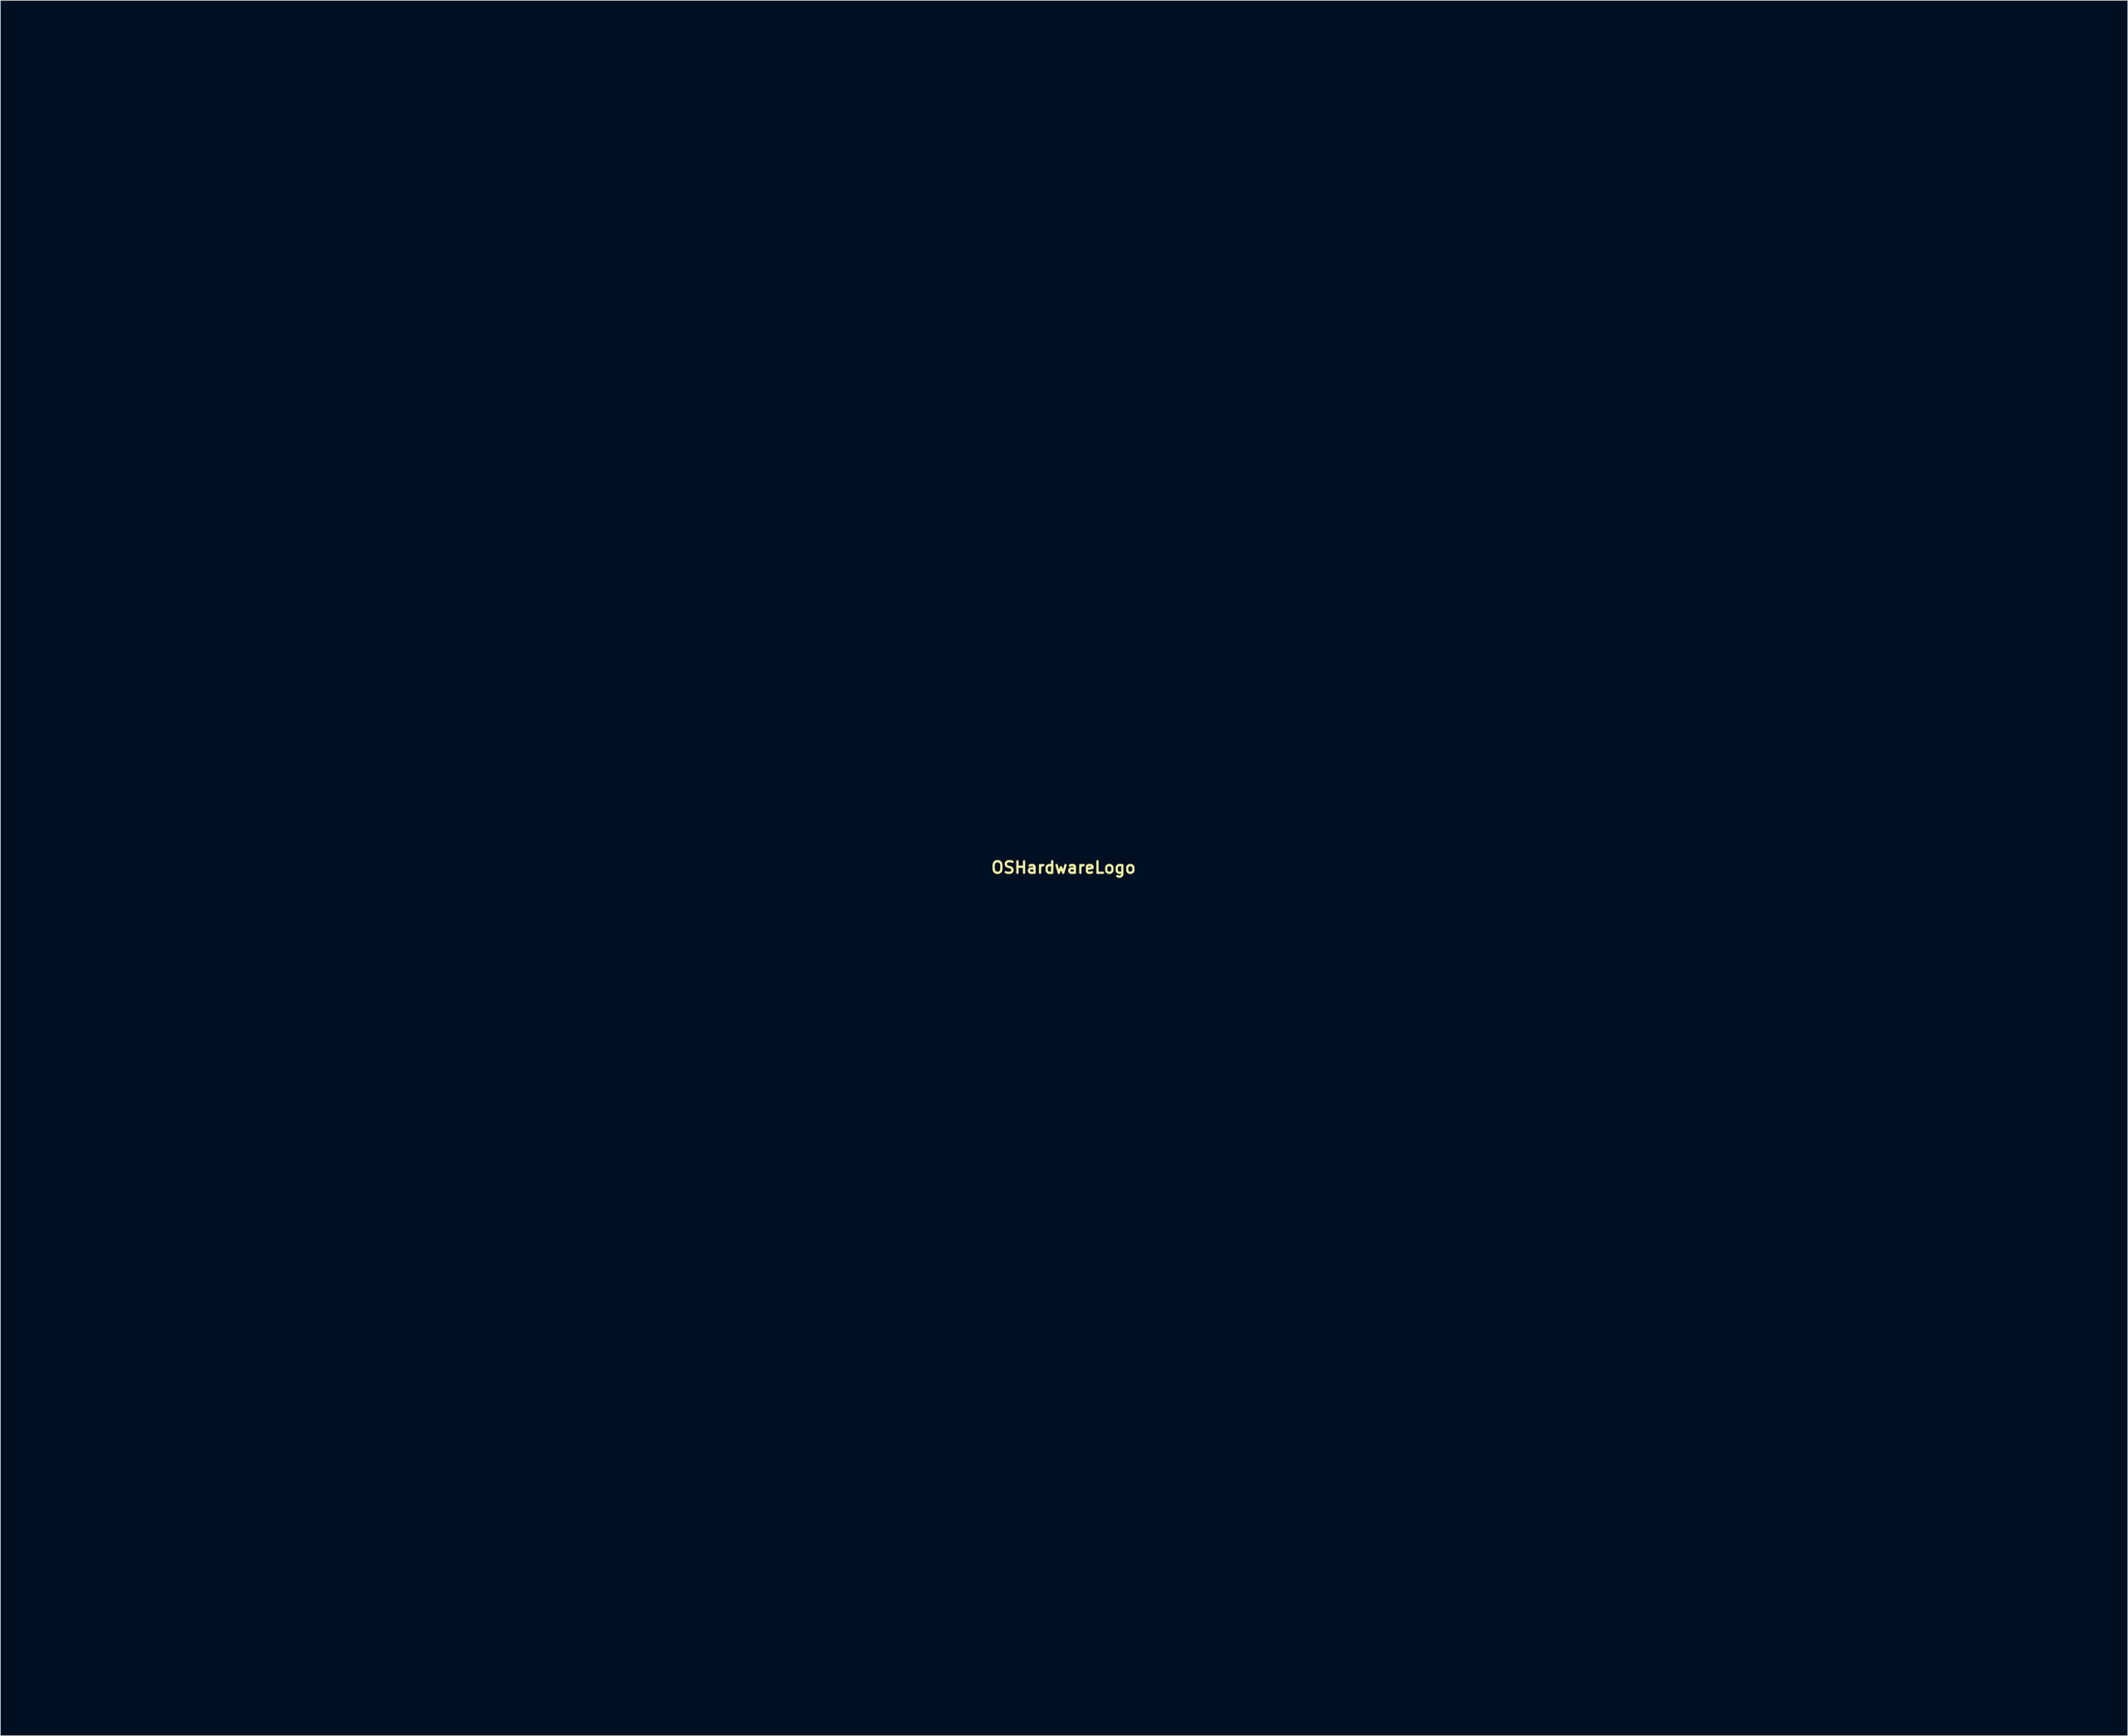
<source format=kicad_pcb>
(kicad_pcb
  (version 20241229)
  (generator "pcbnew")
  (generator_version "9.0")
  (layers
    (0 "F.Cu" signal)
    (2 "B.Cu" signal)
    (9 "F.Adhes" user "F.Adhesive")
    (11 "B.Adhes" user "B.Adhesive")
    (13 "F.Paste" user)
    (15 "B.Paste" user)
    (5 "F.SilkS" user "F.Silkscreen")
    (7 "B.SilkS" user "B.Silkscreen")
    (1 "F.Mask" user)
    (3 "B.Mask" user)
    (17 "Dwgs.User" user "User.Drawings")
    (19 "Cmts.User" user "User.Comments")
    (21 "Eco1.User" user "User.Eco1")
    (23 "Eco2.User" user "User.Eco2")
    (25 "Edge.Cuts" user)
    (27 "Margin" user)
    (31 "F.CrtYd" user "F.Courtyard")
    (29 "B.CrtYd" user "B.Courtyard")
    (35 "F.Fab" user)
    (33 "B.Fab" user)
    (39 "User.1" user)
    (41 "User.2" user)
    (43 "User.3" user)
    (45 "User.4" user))
  (footprint "OSHardwareLogo"
    (layer "F.Cu")
    (at 136.764 111.041)
    (property "Reference" "OSHardwareLogo" (at 0 0 0) (layer "F.SilkS") (effects (font (size 1.524 1.524) (thickness 0.3))))
    (attr through_hole)
    (fp_poly (pts (xy 20.644 76.776) (xy 22.062 76.865) (xy 23.118 77.031) (xy 23.983 77.305) (xy 24.382 77.487) (xy 26.075 78.59) (xy 27.494 80.051) (xy 28.563 81.763) (xy 29.207 83.621) (xy 29.339 84.479) (xy 29.395 85.264) (xy 29.339 85.808) (xy 29.087 86.211) (xy 28.555 86.576) (xy 27.661 87.003) (xy 27.024 87.283) (xy 25.912 87.716) (xy 25.169 87.828) (xy 24.707 87.58) (xy 24.44 86.934) (xy 24.306 86.064) (xy 23.957 84.398) (xy 23.316 83.167) (xy 22.362 82.349) (xy 21.077 81.92) (xy 20.911 81.895) (xy 19.823 81.928) (xy 18.768 82.323) (xy 18.093 82.716) (xy 17.595 83.164) (xy 17.247 83.752) (xy 17.021 84.565) (xy 16.89 85.688) (xy 16.826 87.206) (xy 16.809 88.419) (xy 16.783 90.254) (xy 16.737 92.369) (xy 16.678 94.508) (xy 16.612 96.415) (xy 16.608 96.504) (xy 16.443 100.632) (xy 14.973 101.35) (xy 13.835 101.882) (xy 13.051 102.18) (xy 12.51 102.269) (xy 12.099 102.18) (xy 11.965 102.111) (xy 11.839 102.005) (xy 11.737 101.81) (xy 11.658 101.474) (xy 11.599 100.942) (xy 11.556 100.161) (xy 11.527 99.076) (xy 11.509 97.634) (xy 11.5 95.78) (xy 11.497 93.461) (xy 11.497 92.697) (xy 11.497 83.553) (xy 12.267 81.948) (xy 13.43 80.093) (xy 14.959 78.531) (xy 16.743 77.376) (xy 17.483 77.042) (xy 18.14 76.845) (xy 18.887 76.757) (xy 19.896 76.752) (xy 20.644 76.776)) (stroke (width 0.01) (type solid)) (fill no) (layer "Eco2.User"))
    (fp_poly (pts (xy 107.746 76.884) (xy 108.695 76.945) (xy 109.413 77.078) (xy 110.05 77.307) (xy 110.524 77.534) (xy 112.007 78.537) (xy 113.301 79.879) (xy 114.324 81.437) (xy 114.995 83.088) (xy 115.233 84.683) (xy 115.2 85.456) (xy 115.038 86.012) (xy 114.658 86.445) (xy 113.971 86.846) (xy 112.887 87.306) (xy 112.568 87.432) (xy 111.103 88.005) (xy 110.629 87.42) (xy 110.283 86.68) (xy 110.155 85.729) (xy 109.928 84.411) (xy 109.316 83.308) (xy 108.413 82.478) (xy 107.317 81.976) (xy 106.124 81.859) (xy 104.93 82.183) (xy 104.514 82.422) (xy 104.011 82.778) (xy 103.609 83.143) (xy 103.297 83.58) (xy 103.062 84.149) (xy 102.895 84.912) (xy 102.783 85.93) (xy 102.715 87.265) (xy 102.68 88.979) (xy 102.668 91.132) (xy 102.666 92.509) (xy 102.658 94.486) (xy 102.637 96.294) (xy 102.605 97.864) (xy 102.564 99.124) (xy 102.517 100.004) (xy 102.464 100.432) (xy 102.455 100.455) (xy 102.114 100.722) (xy 101.429 101.108) (xy 100.555 101.542) (xy 99.644 101.95) (xy 98.852 102.26) (xy 98.334 102.4) (xy 98.297 102.402) (xy 97.817 102.213) (xy 97.606 102.021) (xy 97.515 101.753) (xy 97.445 101.17) (xy 97.395 100.235) (xy 97.364 98.911) (xy 97.351 97.159) (xy 97.355 94.943) (xy 97.373 92.596) (xy 97.456 83.553) (xy 98.167 82.035) (xy 99.208 80.291) (xy 100.542 78.793) (xy 102.045 77.674) (xy 102.317 77.526) (xy 102.982 77.22) (xy 103.628 77.026) (xy 104.407 76.919) (xy 105.468 76.875) (xy 106.413 76.868) (xy 107.746 76.884)) (stroke (width 0.01) (type solid)) (fill no) (layer "Eco2.User"))
    (fp_poly (pts (xy -125.322 75.372) (xy -123.28 76.035) (xy -121.786 76.876) (xy -120.222 78.177) (xy -119.017 79.746) (xy -118.32 81.089) (xy -118.08 81.688) (xy -117.903 82.316) (xy -117.773 83.077) (xy -117.677 84.074) (xy -117.601 85.414) (xy -117.542 86.895) (xy -117.477 89.571) (xy -117.504 91.792) (xy -117.638 93.632) (xy -117.894 95.164) (xy -118.287 96.462) (xy -118.832 97.6) (xy -119.544 98.653) (xy -120.075 99.294) (xy -121.651 100.688) (xy -123.541 101.67) (xy -125.69 102.215) (xy -126.825 102.315) (xy -128.315 102.305) (xy -129.567 102.168) (xy -130.122 102.033) (xy -131.856 101.223) (xy -133.512 100.006) (xy -134.953 98.504) (xy -136.042 96.84) (xy -136.165 96.589) (xy -136.351 96.16) (xy -136.494 95.728) (xy -136.599 95.216) (xy -136.672 94.548) (xy -136.718 93.648) (xy -136.744 92.439) (xy -136.755 90.844) (xy -136.756 90.127) (xy -130.172 90.127) (xy -130.152 91.693) (xy -130.099 92.909) (xy -130.017 93.701) (xy -129.964 93.921) (xy -129.443 94.664) (xy -128.597 95.291) (xy -127.634 95.666) (xy -127.187 95.717) (xy -126.38 95.59) (xy -125.707 95.34) (xy -125.242 95.058) (xy -124.889 94.711) (xy -124.632 94.223) (xy -124.455 93.521) (xy -124.342 92.532) (xy -124.277 91.182) (xy -124.243 89.396) (xy -124.236 88.652) (xy -124.193 83.644) (xy -125.06 82.869) (xy -126.209 82.091) (xy -127.333 81.845) (xy -128.448 82.132) (xy -129.327 82.729) (xy -130.075 83.372) (xy -130.157 88.282) (xy -130.172 90.127) (xy -136.756 90.127) (xy -136.758 88.895) (xy -136.759 82.473) (xy -135.89 80.707) (xy -134.682 78.805) (xy -133.159 77.282) (xy -131.39 76.158) (xy -129.447 75.452) (xy -127.401 75.184) (xy -125.322 75.372)) (stroke (width 0.01) (type solid)) (fill no) (layer "Eco2.User"))
    (fp_poly (pts (xy -102.323 75.475) (xy -100.751 75.985) (xy -98.784 77.184) (xy -97.125 78.804) (xy -95.956 80.544) (xy -95.049 82.216) (xy -95.049 95.317) (xy -95.786 96.817) (xy -96.643 98.169) (xy -97.832 99.523) (xy -99.188 100.718) (xy -100.549 101.594) (xy -100.731 101.682) (xy -101.422 101.959) (xy -102.144 102.134) (xy -103.045 102.228) (xy -104.274 102.262) (xy -104.868 102.263) (xy -107.734 102.258) (xy -107.809 105.586) (xy -107.883 108.914) (xy -110.423 110.055) (xy -111.751 110.636) (xy -112.688 110.998) (xy -113.324 111.16) (xy -113.746 111.141) (xy -114.043 110.961) (xy -114.145 110.85) (xy -114.219 110.608) (xy -114.279 110.057) (xy -114.327 109.168) (xy -114.362 107.909) (xy -114.385 106.252) (xy -114.397 104.167) (xy -114.398 101.624) (xy -114.388 98.594) (xy -114.378 96.613) (xy -114.335 88.893) (xy -107.482 88.893) (xy -107.482 94.058) (xy -106.537 94.888) (xy -105.43 95.586) (xy -104.323 95.753) (xy -103.244 95.391) (xy -102.509 94.809) (xy -101.6 93.9) (xy -101.601 88.994) (xy -101.607 87.219) (xy -101.629 85.894) (xy -101.674 84.935) (xy -101.75 84.256) (xy -101.865 83.773) (xy -102.025 83.401) (xy -102.104 83.264) (xy -102.908 82.402) (xy -103.932 81.949) (xy -105.042 81.914) (xy -106.1 82.309) (xy -106.798 82.914) (xy -107.033 83.207) (xy -107.208 83.498) (xy -107.33 83.869) (xy -107.409 84.401) (xy -107.454 85.176) (xy -107.476 86.275) (xy -107.482 87.779) (xy -107.482 88.893) (xy -114.335 88.893) (xy -114.3 82.751) (xy -113.526 81.073) (xy -112.608 79.544) (xy -111.358 78.094) (xy -109.915 76.857) (xy -108.42 75.969) (xy -108.007 75.799) (xy -106.191 75.355) (xy -104.232 75.248) (xy -102.323 75.475)) (stroke (width 0.01) (type solid)) (fill no) (layer "Eco2.User"))
    (fp_poly (pts (xy -57.456 75.387) (xy -55.466 76.112) (xy -53.644 77.238) (xy -52.079 78.701) (xy -50.86 80.434) (xy -50.134 82.157) (xy -50.02 82.799) (xy -49.923 83.849) (xy -49.842 85.232) (xy -49.779 86.87) (xy -49.733 88.687) (xy -49.706 90.604) (xy -49.696 92.546) (xy -49.704 94.436) (xy -49.732 96.196) (xy -49.778 97.751) (xy -49.843 99.022) (xy -49.929 99.932) (xy -50.033 100.406) (xy -50.065 100.449) (xy -50.63 100.786) (xy -51.496 101.207) (xy -52.525 101.654) (xy -53.576 102.072) (xy -54.511 102.405) (xy -55.191 102.596) (xy -55.425 102.618) (xy -55.955 102.299) (xy -56.177 101.867) (xy -56.222 101.444) (xy -56.265 100.556) (xy -56.304 99.27) (xy -56.338 97.657) (xy -56.364 95.785) (xy -56.382 93.723) (xy -56.388 92.422) (xy -56.415 83.645) (xy -57.183 82.877) (xy -58.251 82.095) (xy -59.356 81.846) (xy -60.491 82.13) (xy -61.564 82.868) (xy -62.431 83.642) (xy -62.508 91.929) (xy -62.538 94.459) (xy -62.577 96.492) (xy -62.626 98.064) (xy -62.687 99.212) (xy -62.763 99.973) (xy -62.854 100.385) (xy -62.909 100.474) (xy -63.332 100.722) (xy -64.09 101.09) (xy -65.045 101.521) (xy -66.056 101.954) (xy -66.986 102.329) (xy -67.695 102.587) (xy -68.025 102.669) (xy -68.499 102.482) (xy -68.661 102.332) (xy -68.787 101.917) (xy -68.897 101.043) (xy -68.991 99.784) (xy -69.065 98.215) (xy -69.118 96.41) (xy -69.149 94.446) (xy -69.156 92.396) (xy -69.136 90.335) (xy -69.087 88.338) (xy -69.042 87.162) (xy -68.956 85.342) (xy -68.876 83.965) (xy -68.789 82.944) (xy -68.682 82.187) (xy -68.543 81.604) (xy -68.359 81.105) (xy -68.117 80.601) (xy -68.114 80.596) (xy -66.935 78.826) (xy -65.401 77.331) (xy -63.611 76.175) (xy -61.664 75.421) (xy -59.66 75.132) (xy -59.526 75.131) (xy -57.456 75.387)) (stroke (width 0.01) (type solid)) (fill no) (layer "Eco2.User"))
    (fp_poly (pts (xy 57.379 76.887) (xy 57.589 77.158) (xy 57.627 77.516) (xy 57.662 78.346) (xy 57.693 79.581) (xy 57.718 81.158) (xy 57.737 83.013) (xy 57.748 85.081) (xy 57.752 86.917) (xy 57.753 89.4) (xy 57.758 91.405) (xy 57.771 92.985) (xy 57.794 94.196) (xy 57.83 95.094) (xy 57.882 95.734) (xy 57.954 96.17) (xy 58.048 96.459) (xy 58.167 96.656) (xy 58.286 96.787) (xy 58.932 97.247) (xy 59.559 97.221) (xy 60.156 96.843) (xy 60.316 96.701) (xy 60.445 96.525) (xy 60.548 96.259) (xy 60.629 95.846) (xy 60.692 95.231) (xy 60.742 94.357) (xy 60.784 93.17) (xy 60.82 91.612) (xy 60.857 89.628) (xy 60.895 87.316) (xy 61.041 78.268) (xy 62.766 77.486) (xy 63.738 77.102) (xy 64.615 76.85) (xy 65.199 76.786) (xy 65.906 76.868) (xy 66.04 86.716) (xy 66.076 89.275) (xy 66.11 91.352) (xy 66.144 92.999) (xy 66.183 94.27) (xy 66.23 95.218) (xy 66.288 95.894) (xy 66.36 96.353) (xy 66.451 96.646) (xy 66.562 96.826) (xy 66.693 96.943) (xy 67.344 97.28) (xy 67.935 97.188) (xy 68.445 96.843) (xy 68.604 96.701) (xy 68.733 96.525) (xy 68.836 96.258) (xy 68.917 95.845) (xy 68.981 95.23) (xy 69.031 94.356) (xy 69.072 93.168) (xy 69.109 91.61) (xy 69.145 89.626) (xy 69.183 87.322) (xy 69.33 78.28) (xy 71.08 77.495) (xy 72.053 77.111) (xy 72.926 76.857) (xy 73.51 76.789) (xy 73.513 76.789) (xy 74.195 76.868) (xy 74.268 86.895) (xy 74.287 89.675) (xy 74.293 91.976) (xy 74.277 93.853) (xy 74.233 95.363) (xy 74.152 96.559) (xy 74.026 97.499) (xy 73.848 98.238) (xy 73.608 98.83) (xy 73.3 99.333) (xy 72.915 99.8) (xy 72.445 100.289) (xy 72.326 100.408) (xy 70.884 101.49) (xy 69.213 102.146) (xy 67.431 102.359) (xy 65.653 102.11) (xy 64.422 101.624) (xy 63.375 101.078) (xy 62.417 101.643) (xy 61.435 102.022) (xy 60.147 102.252) (xy 58.763 102.318) (xy 57.495 102.203) (xy 56.952 102.066) (xy 56.033 101.582) (xy 55.032 100.782) (xy 54.092 99.812) (xy 53.351 98.814) (xy 52.966 97.991) (xy 52.88 97.387) (xy 52.807 96.279) (xy 52.749 94.698) (xy 52.707 92.675) (xy 52.681 90.24) (xy 52.673 87.613) (xy 52.672 78.305) (xy 54.404 77.52) (xy 55.782 76.972) (xy 56.767 76.762) (xy 57.379 76.887)) (stroke (width 0.01) (type solid)) (fill no) (layer "Eco2.User"))
    (fp_poly (pts (xy -81.361 75.203) (xy -79.397 75.598) (xy -77.487 76.423) (xy -75.749 77.597) (xy -74.299 79.043) (xy -73.255 80.68) (xy -72.825 81.829) (xy -72.496 83.162) (xy -72.281 84.545) (xy -72.195 85.847) (xy -72.252 86.933) (xy -72.464 87.672) (xy -72.524 87.762) (xy -72.863 88) (xy -73.613 88.408) (xy -74.695 88.947) (xy -76.027 89.577) (xy -77.528 90.258) (xy -77.777 90.368) (xy -79.914 91.312) (xy -81.603 92.07) (xy -82.884 92.671) (xy -83.799 93.147) (xy -84.388 93.529) (xy -84.691 93.846) (xy -84.749 94.13) (xy -84.602 94.412) (xy -84.292 94.721) (xy -83.933 95.026) (xy -82.913 95.581) (xy -81.801 95.705) (xy -80.728 95.438) (xy -79.827 94.815) (xy -79.228 93.875) (xy -79.159 93.66) (xy -78.971 92.826) (xy -78.877 92.107) (xy -78.875 92.026) (xy -78.802 91.71) (xy -78.531 91.402) (xy -77.978 91.042) (xy -77.062 90.574) (xy -76.315 90.221) (xy -74.973 89.618) (xy -74.016 89.244) (xy -73.355 89.08) (xy -72.901 89.106) (xy -72.566 89.302) (xy -72.51 89.355) (xy -72.271 89.907) (xy -72.179 90.844) (xy -72.218 92.041) (xy -72.375 93.373) (xy -72.632 94.715) (xy -72.976 95.944) (xy -73.39 96.933) (xy -73.456 97.051) (xy -74.581 98.646) (xy -75.947 100.07) (xy -77.406 101.178) (xy -78.009 101.513) (xy -79.425 102.006) (xy -81.108 102.292) (xy -82.841 102.353) (xy -84.41 102.173) (xy -84.936 102.033) (xy -86.876 101.129) (xy -88.592 99.798) (xy -89.996 98.13) (xy -90.998 96.215) (xy -91.162 95.752) (xy -91.364 95.091) (xy -91.513 94.482) (xy -91.615 93.832) (xy -91.677 93.05) (xy -91.703 92.045) (xy -91.702 90.725) (xy -91.677 88.999) (xy -91.662 88.176) (xy -91.624 86.276) (xy -91.603 85.512) (xy -85.023 85.512) (xy -84.944 85.989) (xy -84.823 86.095) (xy -84.509 85.995) (xy -83.816 85.724) (xy -82.856 85.325) (xy -82.008 84.962) (xy -80.685 84.352) (xy -79.852 83.882) (xy -79.488 83.539) (xy -79.47 83.432) (xy -79.768 82.978) (xy -80.388 82.479) (xy -81.142 82.056) (xy -81.843 81.828) (xy -82.001 81.815) (xy -83.048 82.049) (xy -84.011 82.656) (xy -84.618 83.41) (xy -84.847 84.049) (xy -84.986 84.808) (xy -85.023 85.512) (xy -91.603 85.512) (xy -91.583 84.825) (xy -91.53 83.737) (xy -91.456 82.927) (xy -91.351 82.309) (xy -91.205 81.798) (xy -91.009 81.307) (xy -90.87 81) (xy -89.703 79.061) (xy -88.193 77.467) (xy -86.409 76.26) (xy -84.422 75.482) (xy -82.302 75.178) (xy -81.361 75.203)) (stroke (width 0.01) (type solid)) (fill no) (layer "Eco2.User"))
    (fp_poly (pts (xy 86.807 76.792) (xy 87.524 76.932) (xy 88.251 77.199) (xy 88.625 77.365) (xy 90.004 78.189) (xy 91.318 79.315) (xy 92.422 80.598) (xy 93.172 81.889) (xy 93.22 82.007) (xy 93.357 82.407) (xy 93.466 82.859) (xy 93.551 83.425) (xy 93.614 84.168) (xy 93.658 85.151) (xy 93.687 86.435) (xy 93.704 88.084) (xy 93.711 90.159) (xy 93.713 91.975) (xy 93.713 100.664) (xy 92.117 101.424) (xy 90.822 101.974) (xy 89.896 102.203) (xy 89.282 102.115) (xy 88.93 101.72) (xy 88.686 101.172) (xy 87.619 101.7) (xy 86.719 101.998) (xy 85.502 102.213) (xy 84.166 102.33) (xy 82.912 102.332) (xy 81.938 102.204) (xy 81.815 102.168) (xy 79.871 101.307) (xy 78.279 100.151) (xy 77.069 98.759) (xy 76.271 97.189) (xy 75.924 95.552) (xy 81.337 95.552) (xy 81.794 96.332) (xy 81.984 96.501) (xy 82.753 96.852) (xy 83.812 97.033) (xy 84.942 97.027) (xy 85.923 96.816) (xy 85.959 96.802) (xy 86.573 96.709) (xy 87.105 97.006) (xy 87.612 97.745) (xy 87.996 98.583) (xy 88.633 100.129) (xy 88.706 95.613) (xy 88.723 94.115) (xy 88.724 92.812) (xy 88.71 91.793) (xy 88.682 91.151) (xy 88.652 90.969) (xy 88.353 91.001) (xy 87.683 91.222) (xy 86.753 91.582) (xy 85.671 92.034) (xy 84.547 92.531) (xy 83.492 93.025) (xy 82.613 93.467) (xy 82.022 93.811) (xy 81.882 93.919) (xy 81.364 94.703) (xy 81.337 95.552) (xy 75.924 95.552) (xy 75.914 95.502) (xy 76.027 93.756) (xy 76.641 92.009) (xy 76.678 91.938) (xy 77.12 91.195) (xy 77.656 90.54) (xy 78.355 89.93) (xy 79.284 89.32) (xy 80.511 88.667) (xy 82.104 87.925) (xy 84.131 87.05) (xy 84.207 87.018) (xy 85.954 86.262) (xy 87.225 85.667) (xy 88.047 85.218) (xy 88.447 84.9) (xy 88.498 84.782) (xy 88.281 84.026) (xy 87.728 83.21) (xy 86.979 82.516) (xy 86.552 82.261) (xy 85.328 81.867) (xy 84.175 81.94) (xy 83.208 82.324) (xy 82.147 83.14) (xy 81.447 84.327) (xy 81.168 85.359) (xy 80.983 86.009) (xy 80.629 86.516) (xy 80.011 86.96) (xy 79.03 87.42) (xy 78.276 87.718) (xy 77.257 88.056) (xy 76.572 88.114) (xy 76.165 87.836) (xy 75.981 87.166) (xy 75.962 86.048) (xy 75.99 85.433) (xy 76.292 83.362) (xy 76.988 81.563) (xy 78.133 79.912) (xy 78.829 79.165) (xy 79.956 78.153) (xy 81.038 77.472) (xy 82.234 77.056) (xy 83.708 76.839) (xy 84.676 76.782) (xy 85.918 76.75) (xy 86.807 76.792)) (stroke (width 0.01) (type solid)) (fill no) (layer "Eco2.User"))
    (fp_poly (pts (xy 129.158 76.886) (xy 130.131 76.953) (xy 130.87 77.093) (xy 131.525 77.328) (xy 131.865 77.487) (xy 133.392 78.483) (xy 134.786 79.846) (xy 135.88 81.408) (xy 136.013 81.658) (xy 136.374 82.616) (xy 136.654 83.82) (xy 136.837 85.113) (xy 136.903 86.337) (xy 136.838 87.333) (xy 136.684 87.85) (xy 136.343 88.13) (xy 135.546 88.589) (xy 134.332 89.207) (xy 132.74 89.965) (xy 130.81 90.842) (xy 130.367 91.039) (xy 128.368 91.928) (xy 126.818 92.64) (xy 125.677 93.212) (xy 124.905 93.683) (xy 124.461 94.09) (xy 124.305 94.471) (xy 124.397 94.864) (xy 124.697 95.307) (xy 125.165 95.838) (xy 125.212 95.89) (xy 125.89 96.523) (xy 126.582 96.847) (xy 127.44 96.985) (xy 128.909 96.904) (xy 130.107 96.369) (xy 131.007 95.403) (xy 131.581 94.029) (xy 131.691 93.505) (xy 131.823 92.931) (xy 132.059 92.531) (xy 132.523 92.189) (xy 133.334 91.787) (xy 133.573 91.678) (xy 134.91 91.133) (xy 135.86 90.926) (xy 136.471 91.093) (xy 136.793 91.67) (xy 136.875 92.692) (xy 136.783 94.032) (xy 136.354 95.941) (xy 135.512 97.786) (xy 134.339 99.445) (xy 132.917 100.8) (xy 131.603 101.608) (xy 130.115 102.09) (xy 128.382 102.319) (xy 126.628 102.282) (xy 125.08 101.97) (xy 124.969 101.931) (xy 123.108 100.995) (xy 121.485 99.65) (xy 120.196 97.993) (xy 119.377 96.242) (xy 119.23 95.714) (xy 119.123 95.086) (xy 119.052 94.278) (xy 119.012 93.212) (xy 119.001 91.806) (xy 119.014 89.983) (xy 119.027 88.976) (xy 119.058 87.033) (xy 124.081 87.033) (xy 124.107 87.693) (xy 124.189 87.963) (xy 124.196 87.964) (xy 124.504 87.861) (xy 125.204 87.577) (xy 126.202 87.153) (xy 127.401 86.628) (xy 127.775 86.462) (xy 129.02 85.899) (xy 130.092 85.401) (xy 130.895 85.012) (xy 131.331 84.779) (xy 131.374 84.748) (xy 131.434 84.371) (xy 131.167 83.797) (xy 130.669 83.159) (xy 130.035 82.586) (xy 129.617 82.324) (xy 128.397 81.884) (xy 127.234 81.906) (xy 126.363 82.186) (xy 125.326 82.852) (xy 124.618 83.871) (xy 124.213 85.288) (xy 124.119 86.12) (xy 124.081 87.033) (xy 119.058 87.033) (xy 119.058 87.029) (xy 119.092 85.536) (xy 119.137 84.416) (xy 119.202 83.587) (xy 119.296 82.969) (xy 119.426 82.48) (xy 119.6 82.04) (xy 119.767 81.688) (xy 120.738 80.178) (xy 122.051 78.774) (xy 123.52 77.667) (xy 123.833 77.49) (xy 124.448 77.201) (xy 125.077 77.017) (xy 125.867 76.916) (xy 126.962 76.875) (xy 127.802 76.87) (xy 129.158 76.886)) (stroke (width 0.01) (type solid)) (fill no) (layer "Eco2.User"))
    (fp_poly (pts (xy 50.479 68.353) (xy 50.558 68.552) (xy 50.623 68.909) (xy 50.676 69.467) (xy 50.717 70.27) (xy 50.748 71.36) (xy 50.771 72.78) (xy 50.786 74.572) (xy 50.795 76.779) (xy 50.799 79.445) (xy 50.8 81.892) (xy 50.8 85.103) (xy 50.796 87.827) (xy 50.782 90.111) (xy 50.751 92.002) (xy 50.697 93.55) (xy 50.614 94.8) (xy 50.496 95.801) (xy 50.337 96.6) (xy 50.129 97.245) (xy 49.868 97.782) (xy 49.547 98.261) (xy 49.159 98.728) (xy 48.698 99.231) (xy 48.499 99.446) (xy 47.045 100.779) (xy 45.519 101.66) (xy 43.78 102.151) (xy 42.244 102.304) (xy 41.165 102.316) (xy 40.218 102.27) (xy 39.595 102.175) (xy 39.571 102.168) (xy 37.778 101.33) (xy 36.094 100.084) (xy 34.659 98.555) (xy 33.614 96.869) (xy 33.603 96.845) (xy 33.415 96.408) (xy 33.272 95.963) (xy 33.169 95.432) (xy 33.098 94.736) (xy 33.054 93.796) (xy 33.031 92.533) (xy 33.021 90.87) (xy 33.02 89.435) (xy 33.023 87.448) (xy 33.035 85.918) (xy 33.064 84.765) (xy 33.115 83.913) (xy 38.367 83.913) (xy 38.367 94.881) (xy 39.169 95.728) (xy 39.797 96.313) (xy 40.375 96.732) (xy 40.506 96.798) (xy 41.51 97.017) (xy 42.651 96.979) (xy 43.66 96.704) (xy 43.93 96.557) (xy 44.491 96.159) (xy 44.91 95.754) (xy 45.21 95.258) (xy 45.412 94.587) (xy 45.54 93.657) (xy 45.617 92.384) (xy 45.665 90.685) (xy 45.676 90.106) (xy 45.694 88.147) (xy 45.667 86.52) (xy 45.598 85.288) (xy 45.49 84.515) (xy 45.471 84.444) (xy 44.88 83.337) (xy 43.924 82.482) (xy 42.744 81.96) (xy 41.483 81.849) (xy 41.03 81.927) (xy 40.426 82.209) (xy 39.685 82.726) (xy 39.357 83.006) (xy 38.367 83.913) (xy 33.115 83.913) (xy 33.115 83.909) (xy 33.195 83.274) (xy 33.309 82.779) (xy 33.465 82.346) (xy 33.613 82.013) (xy 34.639 80.358) (xy 36.035 78.876) (xy 37.649 77.722) (xy 38.26 77.413) (xy 39.102 77.06) (xy 39.813 76.854) (xy 40.581 76.765) (xy 41.591 76.766) (xy 42.333 76.795) (xy 43.474 76.867) (xy 44.447 76.964) (xy 45.103 77.07) (xy 45.252 77.116) (xy 45.443 77.164) (xy 45.574 77.054) (xy 45.655 76.707) (xy 45.699 76.043) (xy 45.717 74.985) (xy 45.72 73.841) (xy 45.735 72.294) (xy 45.785 71.204) (xy 45.878 70.491) (xy 46.021 70.08) (xy 46.102 69.974) (xy 46.604 69.622) (xy 47.4 69.216) (xy 48.333 68.816) (xy 49.248 68.485) (xy 49.99 68.285) (xy 50.385 68.27) (xy 50.479 68.353)) (stroke (width 0.01) (type solid)) (fill no) (layer "Eco2.User"))
    (fp_poly (pts (xy -26.793 68.515) (xy -26.594 69.12) (xy -26.5 70.12) (xy -26.471 71.565) (xy -26.469 72.907) (xy -26.469 77.332) (xy -25.868 77.132) (xy -25.338 77.029) (xy -24.433 76.925) (xy -23.312 76.837) (xy -22.806 76.808) (xy -21.575 76.763) (xy -20.699 76.791) (xy -20 76.918) (xy -19.3 77.169) (xy -18.876 77.356) (xy -17.222 78.369) (xy -15.741 79.757) (xy -14.596 81.36) (xy -14.424 81.688) (xy -14.239 82.079) (xy -14.091 82.46) (xy -13.975 82.896) (xy -13.886 83.453) (xy -13.818 84.196) (xy -13.766 85.19) (xy -13.724 86.5) (xy -13.687 88.193) (xy -13.65 90.332) (xy -13.636 91.173) (xy -13.607 93.238) (xy -13.59 95.156) (xy -13.584 96.853) (xy -13.589 98.257) (xy -13.606 99.297) (xy -13.634 99.9) (xy -13.647 99.996) (xy -14.018 100.617) (xy -14.876 101.198) (xy -14.984 101.253) (xy -16.135 101.799) (xy -16.932 102.108) (xy -17.485 102.203) (xy -17.905 102.11) (xy -18.155 101.963) (xy -18.311 101.838) (xy -18.436 101.669) (xy -18.532 101.398) (xy -18.603 100.966) (xy -18.653 100.317) (xy -18.685 99.392) (xy -18.704 98.133) (xy -18.713 96.482) (xy -18.716 94.381) (xy -18.716 93.23) (xy -18.72 90.709) (xy -18.736 88.665) (xy -18.775 87.039) (xy -18.847 85.772) (xy -18.962 84.806) (xy -19.13 84.082) (xy -19.361 83.542) (xy -19.665 83.128) (xy -20.052 82.78) (xy -20.531 82.441) (xy -20.56 82.422) (xy -21.782 81.904) (xy -23.097 81.906) (xy -24.274 82.324) (xy -24.784 82.6) (xy -25.195 82.888) (xy -25.52 83.248) (xy -25.77 83.737) (xy -25.957 84.413) (xy -26.095 85.336) (xy -26.194 86.563) (xy -26.267 88.153) (xy -26.326 90.165) (xy -26.379 92.488) (xy -26.447 95.119) (xy -26.523 97.263) (xy -26.606 98.909) (xy -26.697 100.045) (xy -26.795 100.663) (xy -26.847 100.774) (xy -27.174 100.952) (xy -27.828 101.256) (xy -28.653 101.619) (xy -29.493 101.976) (xy -30.192 102.257) (xy -30.594 102.397) (xy -30.627 102.402) (xy -30.817 102.226) (xy -31.049 101.96) (xy -31.13 101.778) (xy -31.201 101.415) (xy -31.261 100.834) (xy -31.312 99.996) (xy -31.355 98.864) (xy -31.391 97.398) (xy -31.421 95.561) (xy -31.447 93.314) (xy -31.47 90.618) (xy -31.49 87.437) (xy -31.494 86.52) (xy -31.506 83.712) (xy -31.513 81.046) (xy -31.513 78.573) (xy -31.508 76.344) (xy -31.498 74.412) (xy -31.484 72.826) (xy -31.464 71.639) (xy -31.44 70.902) (xy -31.422 70.689) (xy -31.282 70.229) (xy -30.98 69.859) (xy -30.407 69.486) (xy -29.45 69.018) (xy -29.409 68.999) (xy -28.404 68.546) (xy -27.659 68.28) (xy -27.135 68.252) (xy -26.793 68.515)) (stroke (width 0.01) (type solid)) (fill no) (layer "Eco2.User"))
    (fp_poly (pts (xy -0.754 76.777) (xy -0.696 76.779) (xy 1.176 76.959) (xy 2.693 77.38) (xy 4.005 78.108) (xy 5.262 79.208) (xy 5.504 79.461) (xy 6.117 80.131) (xy 6.613 80.738) (xy 7.004 81.349) (xy 7.305 82.029) (xy 7.528 82.843) (xy 7.688 83.858) (xy 7.798 85.139) (xy 7.87 86.752) (xy 7.919 88.763) (xy 7.958 91.237) (xy 7.962 91.472) (xy 7.991 94.013) (xy 7.999 96.059) (xy 7.986 97.654) (xy 7.95 98.837) (xy 7.89 99.65) (xy 7.805 100.133) (xy 7.757 100.256) (xy 7.342 100.68) (xy 6.594 101.167) (xy 5.671 101.644) (xy 4.734 102.035) (xy 3.942 102.264) (xy 3.495 102.275) (xy 3.228 101.977) (xy 3.016 101.256) (xy 2.858 100.089) (xy 2.75 98.453) (xy 2.69 96.325) (xy 2.675 94.314) (xy 2.669 93.035) (xy 2.652 91.974) (xy 2.627 91.233) (xy 2.597 90.911) (xy 2.592 90.905) (xy 2.286 91.003) (xy 1.61 91.264) (xy 0.687 91.637) (xy -0.362 92.071) (xy -1.416 92.516) (xy -2.354 92.922) (xy -3.053 93.238) (xy -3.265 93.34) (xy -4.222 93.985) (xy -4.665 94.701) (xy -4.617 95.526) (xy -4.55 95.707) (xy -4.101 96.359) (xy -3.579 96.753) (xy -2.629 96.995) (xy -1.469 97.035) (xy -0.385 96.871) (xy -0.153 96.795) (xy 0.488 96.648) (xy 0.9 96.677) (xy 1.193 96.992) (xy 1.579 97.661) (xy 1.989 98.527) (xy 2.353 99.437) (xy 2.603 100.232) (xy 2.674 100.686) (xy 2.426 101.228) (xy 1.75 101.687) (xy 0.754 102.043) (xy -0.46 102.277) (xy -1.786 102.369) (xy -3.119 102.299) (xy -4.355 102.047) (xy -4.412 102.03) (xy -5.601 101.592) (xy -6.569 101.053) (xy -7.563 100.267) (xy -7.797 100.059) (xy -8.958 98.796) (xy -9.663 97.458) (xy -9.978 95.893) (xy -10.01 95.049) (xy -9.945 93.742) (xy -9.723 92.746) (xy -9.436 92.09) (xy -8.942 91.274) (xy -8.344 90.559) (xy -7.571 89.897) (xy -6.553 89.242) (xy -5.219 88.544) (xy -3.497 87.758) (xy -2.047 87.14) (xy -0.41 86.451) (xy 0.796 85.929) (xy 1.633 85.539) (xy 2.165 85.243) (xy 2.453 85.006) (xy 2.562 84.79) (xy 2.553 84.561) (xy 2.538 84.488) (xy 2.191 83.796) (xy 1.534 83.034) (xy 0.737 82.365) (xy -0.028 81.955) (xy -0.122 81.927) (xy -1.399 81.86) (xy -2.607 82.243) (xy -3.643 82.995) (xy -4.404 84.031) (xy -4.787 85.27) (xy -4.813 85.696) (xy -4.874 86.069) (xy -5.122 86.394) (xy -5.651 86.75) (xy -6.556 87.213) (xy -6.85 87.354) (xy -8.049 87.875) (xy -8.878 88.091) (xy -9.413 87.99) (xy -9.731 87.56) (xy -9.897 86.867) (xy -9.941 85.586) (xy -9.769 84.099) (xy -9.424 82.667) (xy -9.064 81.763) (xy -8.249 80.498) (xy -7.151 79.245) (xy -5.923 78.155) (xy -4.719 77.378) (xy -4.493 77.272) (xy -3.711 76.978) (xy -2.948 76.813) (xy -2.023 76.754) (xy -0.754 76.777)) (stroke (width 0.01) (type solid)) (fill no) (layer "Eco2.User"))
    (fp_poly (pts (xy 0.261 -111.036) (xy 0.346 -111.036) (xy 3.059 -111.035) (xy 5.294 -111.028) (xy 7.106 -111.014) (xy 8.553 -110.991) (xy 9.689 -110.956) (xy 10.573 -110.906) (xy 11.259 -110.84) (xy 11.804 -110.755) (xy 12.265 -110.649) (xy 12.671 -110.527) (xy 13.55 -110.219) (xy 14.065 -109.926) (xy 14.367 -109.515) (xy 14.606 -108.854) (xy 14.617 -108.817) (xy 15.034 -107.32) (xy 15.51 -105.35) (xy 16.033 -102.964) (xy 16.591 -100.219) (xy 17.171 -97.172) (xy 17.412 -95.852) (xy 17.856 -93.393) (xy 18.221 -91.405) (xy 18.523 -89.831) (xy 18.781 -88.615) (xy 19.01 -87.702) (xy 19.229 -87.036) (xy 19.454 -86.56) (xy 19.702 -86.219) (xy 19.99 -85.958) (xy 20.336 -85.719) (xy 20.547 -85.584) (xy 21.43 -85.064) (xy 22.569 -84.459) (xy 23.727 -83.892) (xy 23.804 -83.856) (xy 24.69 -83.472) (xy 25.884 -82.989) (xy 27.299 -82.44) (xy 28.846 -81.855) (xy 30.437 -81.268) (xy 31.984 -80.71) (xy 33.399 -80.213) (xy 34.595 -79.81) (xy 35.483 -79.532) (xy 35.976 -79.411) (xy 36.012 -79.408) (xy 36.567 -79.56) (xy 37.507 -80.017) (xy 38.841 -80.786) (xy 40.579 -81.872) (xy 42.729 -83.279) (xy 42.913 -83.402) (xy 44.223 -84.268) (xy 45.481 -85.088) (xy 46.572 -85.786) (xy 47.383 -86.289) (xy 47.611 -86.424) (xy 48.303 -86.874) (xy 49.274 -87.571) (xy 50.392 -88.419) (xy 51.476 -89.28) (xy 52.941 -90.443) (xy 54.105 -91.282) (xy 55.05 -91.845) (xy 55.863 -92.177) (xy 56.627 -92.323) (xy 57.136 -92.341) (xy 57.454 -92.326) (xy 57.758 -92.264) (xy 58.096 -92.119) (xy 58.512 -91.852) (xy 59.052 -91.426) (xy 59.762 -90.804) (xy 60.688 -89.948) (xy 61.874 -88.82) (xy 63.367 -87.382) (xy 64.589 -86.201) (xy 67.264 -83.578) (xy 69.529 -81.285) (xy 71.388 -79.315) (xy 72.847 -77.661) (xy 73.911 -76.319) (xy 74.587 -75.281) (xy 74.604 -75.249) (xy 74.808 -74.74) (xy 74.761 -74.261) (xy 74.448 -73.586) (xy 74.186 -73.146) (xy 73.67 -72.327) (xy 72.944 -71.196) (xy 72.053 -69.82) (xy 71.04 -68.264) (xy 69.948 -66.595) (xy 68.821 -64.879) (xy 67.703 -63.184) (xy 66.637 -61.574) (xy 65.667 -60.117) (xy 64.836 -58.879) (xy 64.189 -57.926) (xy 63.768 -57.324) (xy 63.688 -57.217) (xy 62.865 -55.936) (xy 62.412 -54.667) (xy 62.329 -53.318) (xy 62.614 -51.795) (xy 63.266 -50.006) (xy 63.566 -49.329) (xy 64.181 -47.941) (xy 64.827 -46.395) (xy 65.388 -44.973) (xy 65.508 -44.651) (xy 66.571 -42.032) (xy 67.654 -39.929) (xy 68.767 -38.323) (xy 69.924 -37.194) (xy 70.604 -36.759) (xy 71.513 -36.396) (xy 72.936 -35.987) (xy 74.853 -35.538) (xy 77.246 -35.052) (xy 80.094 -34.534) (xy 81.25 -34.337) (xy 83.703 -33.917) (xy 85.709 -33.551) (xy 87.349 -33.223) (xy 88.706 -32.911) (xy 89.863 -32.598) (xy 90.9 -32.264) (xy 91.901 -31.891) (xy 91.943 -31.874) (xy 93.65 -31.197) (xy 93.528 -19.068) (xy 93.491 -15.978) (xy 93.446 -13.292) (xy 93.395 -11.03) (xy 93.337 -9.215) (xy 93.274 -7.868) (xy 93.207 -7.012) (xy 93.135 -6.668) (xy 93.134 -6.668) (xy 92.672 -6.417) (xy 91.745 -6.096) (xy 90.417 -5.719) (xy 88.75 -5.301) (xy 86.809 -4.858) (xy 84.657 -4.405) (xy 82.356 -3.959) (xy 81.076 -3.726) (xy 78.092 -3.188) (xy 75.608 -2.725) (xy 73.594 -2.329) (xy 72.022 -1.994) (xy 70.862 -1.715) (xy 70.085 -1.484) (xy 69.662 -1.296) (xy 69.601 -1.248) (xy 69.292 -0.778) (xy 68.825 0.16) (xy 68.219 1.528) (xy 67.487 3.288) (xy 66.647 5.403) (xy 65.715 7.834) (xy 65.444 8.556) (xy 64.845 10.155) (xy 64.285 11.65) (xy 63.8 12.942) (xy 63.428 13.934) (xy 63.206 14.527) (xy 63.2 14.541) (xy 62.965 15.829) (xy 63.178 17.292) (xy 63.844 18.96) (xy 64.648 20.365) (xy 65.401 21.554) (xy 66.211 22.835) (xy 66.916 23.95) (xy 66.976 24.045) (xy 67.517 24.873) (xy 68.285 26.008) (xy 69.191 27.323) (xy 70.15 28.691) (xy 70.542 29.245) (xy 72.035 31.404) (xy 73.183 33.206) (xy 74.006 34.688) (xy 74.525 35.884) (xy 74.706 36.51) (xy 74.754 36.977) (xy 74.631 37.427) (xy 74.274 37.987) (xy 73.617 38.786) (xy 73.505 38.916) (xy 71.189 41.514) (xy 68.772 44.092) (xy 66.33 46.573) (xy 63.943 48.88) (xy 61.688 50.937) (xy 59.642 52.667) (xy 58.973 53.194) (xy 57.426 54.385) (xy 55.651 53.476) (xy 54.919 53.065) (xy 53.85 52.414) (xy 52.517 51.573) (xy 50.992 50.59) (xy 49.35 49.515) (xy 47.663 48.396) (xy 46.005 47.282) (xy 44.448 46.221) (xy 43.066 45.262) (xy 41.932 44.455) (xy 41.12 43.848) (xy 40.756 43.545) (xy 39.621 42.763) (xy 38.359 42.375) (xy 37.298 42.402) (xy 36.733 42.583) (xy 35.825 42.946) (xy 34.709 43.434) (xy 33.746 43.883) (xy 32.487 44.456) (xy 31.253 44.966) (xy 30.21 45.347) (xy 29.666 45.506) (xy 28.858 45.669) (xy 28.39 45.664) (xy 28.09 45.47) (xy 27.95 45.299) (xy 27.398 44.437) (xy 26.688 43.135) (xy 25.85 41.45) (xy 24.911 39.445) (xy 23.899 37.178) (xy 22.842 34.711) (xy 21.768 32.102) (xy 21.727 32) (xy 20.592 29.183) (xy 19.633 26.806) (xy 18.826 24.809) (xy 18.146 23.136) (xy 17.571 21.729) (xy 17.076 20.531) (xy 16.637 19.485) (xy 16.232 18.532) (xy 15.835 17.615) (xy 15.423 16.677) (xy 14.973 15.66) (xy 14.882 15.455) (xy 13.579 12.399) (xy 12.578 9.773) (xy 11.88 7.579) (xy 11.533 6.097) (xy 11.304 4.842) (xy 13.119 3.635) (xy 16.256 1.276) (xy 19.024 -1.367) (xy 21.394 -4.249) (xy 23.336 -7.327) (xy 24.82 -10.557) (xy 25.819 -13.895) (xy 26.175 -15.954) (xy 26.29 -17.62) (xy 26.281 -19.604) (xy 26.161 -21.709) (xy 25.944 -23.736) (xy 25.64 -25.49) (xy 25.535 -25.929) (xy 24.455 -29.046) (xy 22.893 -31.97) (xy 20.877 -34.67) (xy 18.436 -37.112) (xy 15.598 -39.264) (xy 12.391 -41.095) (xy 12.163 -41.206) (xy 9.62 -42.3) (xy 7.203 -43.046) (xy 4.723 -43.487) (xy 1.989 -43.666) (xy 1.203 -43.675) (xy -2.288 -43.48) (xy -5.541 -42.865) (xy -8.679 -41.802) (xy -10.329 -41.051) (xy -12.932 -39.485) (xy -15.368 -37.463) (xy -17.574 -35.056) (xy -19.488 -32.333) (xy -21.047 -29.364) (xy -21.242 -28.913) (xy -22.085 -26.487) (xy -22.716 -23.8) (xy -23.117 -21.012) (xy -23.267 -18.281) (xy -23.145 -15.768) (xy -23.007 -14.809) (xy -22.664 -13.217) (xy -22.19 -11.471) (xy -21.636 -9.729) (xy -21.053 -8.147) (xy -20.492 -6.882) (xy -20.315 -6.551) (xy -19.396 -5.182) (xy -18.092 -3.597) (xy -16.468 -1.869) (xy -14.59 -0.069) (xy -14.218 0.267) (xy -13.069 1.301) (xy -11.838 2.416) (xy -10.715 3.439) (xy -10.225 3.889) (xy -8.469 5.505) (xy -9.617 8.969) (xy -10.018 10.113) (xy -10.601 11.684) (xy -11.34 13.613) (xy -12.206 15.834) (xy -13.172 18.28) (xy -14.213 20.885) (xy -15.3 23.582) (xy -16.407 26.304) (xy -17.506 28.984) (xy -18.571 31.556) (xy -19.574 33.953) (xy -20.488 36.109) (xy -21.286 37.955) (xy -21.942 39.427) (xy -22.194 39.972) (xy -22.544 40.798) (xy -22.953 41.883) (xy -23.285 42.848) (xy -23.886 44.354) (xy -24.554 45.357) (xy -25.314 45.885) (xy -25.905 45.987) (xy -26.54 45.94) (xy -27.208 45.771) (xy -28.007 45.437) (xy -29.034 44.897) (xy -30.387 44.107) (xy -30.688 43.926) (xy -32.123 43.105) (xy -33.262 42.6) (xy -34.238 42.408) (xy -35.184 42.522) (xy -36.232 42.94) (xy -37.514 43.656) (xy -37.565 43.687) (xy -38.49 44.265) (xy -39.732 45.076) (xy -41.174 46.041) (xy -42.698 47.081) (xy -43.982 47.973) (xy -46.102 49.447) (xy -47.867 50.641) (xy -49.347 51.599) (xy -50.614 52.364) (xy -51.737 52.98) (xy -52.787 53.491) (xy -53.043 53.605) (xy -54.539 54.267) (xy -56.48 52.603) (xy -57.839 51.397) (xy -59.479 49.872) (xy -61.322 48.107) (xy -63.287 46.18) (xy -65.296 44.168) (xy -67.27 42.148) (xy -68.758 40.592) (xy -72.216 36.934) (xy -71.428 35.378) (xy -70.752 34.154) (xy -69.811 32.607) (xy -68.669 30.836) (xy -67.389 28.941) (xy -66.037 27.021) (xy -65.668 26.511) (xy -64.836 25.349) (xy -63.838 23.928) (xy -62.802 22.431) (xy -61.911 21.122) (xy -59.838 18.047) (xy -59.958 16.303) (xy -60.117 15.138) (xy -60.465 13.831) (xy -61.039 12.247) (xy -61.291 11.624) (xy -61.858 10.234) (xy -62.43 8.802) (xy -62.928 7.525) (xy -63.196 6.818) (xy -63.923 4.856) (xy -64.498 3.329) (xy -64.952 2.167) (xy -65.318 1.302) (xy -65.626 0.668) (xy -65.909 0.194) (xy -66.198 -0.186) (xy -66.524 -0.542) (xy -66.682 -0.702) (xy -67.542 -1.447) (xy -68.366 -1.85) (xy -68.981 -1.986) (xy -69.939 -2.155) (xy -71.095 -2.392) (xy -71.788 -2.548) (xy -72.55 -2.711) (xy -73.729 -2.942) (xy -75.213 -3.221) (xy -76.893 -3.527) (xy -78.657 -3.838) (xy -78.874 -3.876) (xy -81.661 -4.377) (xy -83.972 -4.834) (xy -85.863 -5.26) (xy -87.39 -5.669) (xy -88.609 -6.074) (xy -89.057 -6.252) (xy -90.016 -6.655) (xy -90.193 -14.089) (xy -90.243 -16.379) (xy -90.287 -18.808) (xy -90.294 -19.296) (xy -85.141 -19.296) (xy -85.106 -16.961) (xy -84.929 -14.856) (xy -84.618 -13.1) (xy -84.421 -12.41) (xy -84.188 -11.854) (xy -83.851 -11.464) (xy -83.272 -11.133) (xy -82.349 -10.763) (xy -81.267 -10.381) (xy -80.124 -10.03) (xy -78.846 -9.693) (xy -77.358 -9.354) (xy -75.585 -8.995) (xy -73.453 -8.601) (xy -70.886 -8.153) (xy -70.096 -8.019) (xy -68.28 -7.708) (xy -66.627 -7.42) (xy -65.215 -7.166) (xy -64.12 -6.963) (xy -63.419 -6.823) (xy -63.2 -6.769) (xy -62.987 -6.635) (xy -62.753 -6.363) (xy -62.478 -5.903) (xy -62.14 -5.206) (xy -61.715 -4.222) (xy -61.183 -2.902) (xy -60.521 -1.195) (xy -59.708 0.947) (xy -59.376 1.826) (xy -58.11 5.143) (xy -56.981 7.99) (xy -55.974 10.406) (xy -55.07 12.432) (xy -54.252 14.11) (xy -53.694 15.148) (xy -52.856 16.634) (xy -53.531 18.012) (xy -53.858 18.598) (xy -54.437 19.554) (xy -55.223 20.807) (xy -56.169 22.283) (xy -57.228 23.909) (xy -58.354 25.613) (xy -58.392 25.67) (xy -59.553 27.431) (xy -60.675 29.171) (xy -61.707 30.803) (xy -62.594 32.244) (xy -63.285 33.409) (xy -63.707 34.177) (xy -64.837 36.403) (xy -59.278 41.863) (xy -53.719 47.324) (xy -52.727 46.817) (xy -52.257 46.544) (xy -51.408 46.014) (xy -50.243 45.271) (xy -48.828 44.355) (xy -47.226 43.309) (xy -45.504 42.173) (xy -44.918 41.785) (xy -43.201 40.638) (xy -41.618 39.568) (xy -40.227 38.615) (xy -39.086 37.818) (xy -38.253 37.22) (xy -37.787 36.859) (xy -37.718 36.793) (xy -36.97 36.165) (xy -36.007 35.709) (xy -35.211 35.56) (xy -34.715 35.675) (xy -33.872 35.986) (xy -32.812 36.442) (xy -31.923 36.864) (xy -30.542 37.555) (xy -29.54 38.026) (xy -28.818 38.241) (xy -28.278 38.166) (xy -27.819 37.764) (xy -27.345 37) (xy -26.754 35.839) (xy -26.252 34.835) (xy -25.123 32.536) (xy -23.982 30.064) (xy -22.809 27.368) (xy -21.583 24.397) (xy -20.285 21.101) (xy -18.892 17.43) (xy -17.385 13.331) (xy -16.227 10.113) (xy -15.302 7.526) (xy -16.098 6.771) (xy -16.766 6.096) (xy -17.676 5.122) (xy -18.739 3.951) (xy -19.865 2.682) (xy -20.965 1.419) (xy -21.95 0.261) (xy -22.731 -0.688) (xy -23.149 -1.232) (xy -25.211 -4.439) (xy -26.793 -7.711) (xy -27.946 -11.164) (xy -28.373 -12.967) (xy -28.68 -15.066) (xy -28.825 -17.489) (xy -28.81 -20.049) (xy -28.641 -22.563) (xy -28.321 -24.845) (xy -28.103 -25.853) (xy -26.897 -29.659) (xy -25.255 -33.235) (xy -23.211 -36.519) (xy -20.799 -39.447) (xy -17.741 -42.333) (xy -14.504 -44.715) (xy -11.083 -46.596) (xy -7.474 -47.978) (xy -3.672 -48.862) (xy 0.328 -49.252) (xy 1.337 -49.272) (xy 5.186 -49.097) (xy 8.773 -48.515) (xy 12.149 -47.503) (xy 15.367 -46.038) (xy 18.482 -44.099) (xy 21.545 -41.662) (xy 23.426 -39.907) (xy 25.859 -37.18) (xy 27.845 -34.214) (xy 29.414 -30.954) (xy 30.534 -27.586) (xy 30.728 -26.794) (xy 30.877 -25.96) (xy 30.991 -24.993) (xy 31.077 -23.801) (xy 31.142 -22.291) (xy 31.195 -20.374) (xy 31.214 -19.518) (xy 31.25 -17.509) (xy 31.264 -15.94) (xy 31.25 -14.714) (xy 31.204 -13.736) (xy 31.12 -12.91) (xy 30.994 -12.142) (xy 30.82 -11.336) (xy 30.771 -11.129) (xy 29.879 -8.25) (xy 28.556 -5.341) (xy 26.786 -2.374) (xy 24.549 0.68) (xy 21.829 3.85) (xy 20.378 5.388) (xy 18.136 7.701) (xy 19.658 11.805) (xy 20.931 15.185) (xy 22.231 18.518) (xy 23.596 21.9) (xy 25.067 25.429) (xy 26.684 29.2) (xy 28.487 33.312) (xy 29.279 35.097) (xy 29.92 36.493) (xy 30.45 37.439) (xy 30.962 37.979) (xy 31.551 38.156) (xy 32.311 38.016) (xy 33.335 37.601) (xy 33.993 37.297) (xy 35.078 36.807) (xy 35.861 36.524) (xy 36.511 36.41) (xy 37.202 36.424) (xy 37.604 36.466) (xy 38.851 36.663) (xy 40.037 36.976) (xy 41.237 37.441) (xy 42.525 38.099) (xy 43.975 38.988) (xy 45.659 40.147) (xy 47.653 41.613) (xy 48.149 41.988) (xy 49.993 43.361) (xy 51.503 44.43) (xy 52.753 45.24) (xy 53.812 45.836) (xy 54.753 46.262) (xy 55.178 46.418) (xy 55.878 46.637) (xy 56.388 46.683) (xy 56.916 46.53) (xy 57.674 46.151) (xy 57.809 46.079) (xy 58.642 45.525) (xy 59.744 44.629) (xy 61.041 43.46) (xy 62.459 42.089) (xy 63.925 40.584) (xy 65.365 39.016) (xy 65.879 38.431) (xy 67.447 36.624) (xy 66.969 35.357) (xy 66.408 34.084) (xy 65.576 32.487) (xy 64.527 30.662) (xy 63.319 28.707) (xy 62.02 26.737) (xy 60.434 24.398) (xy 59.074 22.364) (xy 57.954 20.66) (xy 57.089 19.308) (xy 56.496 18.333) (xy 56.189 17.758) (xy 56.147 17.624) (xy 56.261 17.087) (xy 56.603 16.069) (xy 57.172 14.571) (xy 57.966 12.598) (xy 58.985 10.15) (xy 59.832 8.155) (xy 61.114 5.094) (xy 62.16 2.459) (xy 62.987 0.203) (xy 63.611 -1.719) (xy 64.049 -3.355) (xy 64.188 -4.001) (xy 64.381 -4.883) (xy 64.61 -5.407) (xy 65.002 -5.745) (xy 65.689 -6.064) (xy 65.809 -6.114) (xy 67.188 -6.629) (xy 68.792 -7.112) (xy 70.697 -7.583) (xy 72.983 -8.06) (xy 75.665 -8.553) (xy 78.701 -9.108) (xy 81.237 -9.624) (xy 83.303 -10.11) (xy 84.932 -10.574) (xy 86.127 -11.009) (xy 86.809 -11.325) (xy 87.217 -11.651) (xy 87.469 -12.148) (xy 87.685 -12.978) (xy 87.731 -13.187) (xy 87.883 -14.216) (xy 87.988 -15.64) (xy 88.047 -17.329) (xy 88.061 -19.154) (xy 88.031 -20.986) (xy 87.958 -22.696) (xy 87.842 -24.156) (xy 87.685 -25.237) (xy 87.65 -25.39) (xy 87.288 -26.851) (xy 85.687 -27.341) (xy 84.369 -27.732) (xy 83.013 -28.105) (xy 81.534 -28.479) (xy 79.847 -28.874) (xy 77.867 -29.312) (xy 75.508 -29.813) (xy 73.526 -30.223) (xy 71.685 -30.602) (xy 69.982 -30.952) (xy 68.5 -31.258) (xy 67.319 -31.502) (xy 66.521 -31.667) (xy 66.226 -31.729) (xy 65.959 -31.812) (xy 65.701 -31.973) (xy 65.429 -32.257) (xy 65.118 -32.712) (xy 64.744 -33.382) (xy 64.283 -34.316) (xy 63.711 -35.558) (xy 63.003 -37.155) (xy 62.136 -39.154) (xy 61.114 -41.534) (xy 59.981 -44.161) (xy 59.018 -46.351) (xy 58.195 -48.165) (xy 57.485 -49.662) (xy 56.858 -50.904) (xy 56.287 -51.949) (xy 55.777 -52.805) (xy 55.11 -53.875) (xy 56.117 -55.746) (xy 56.437 -56.331) (xy 56.774 -56.921) (xy 57.163 -57.569) (xy 57.638 -58.328) (xy 58.234 -59.252) (xy 58.985 -60.395) (xy 59.926 -61.808) (xy 61.09 -63.546) (xy 62.513 -65.662) (xy 62.857 -66.174) (xy 63.798 -67.597) (xy 64.718 -69.04) (xy 65.539 -70.372) (xy 66.177 -71.462) (xy 66.405 -71.88) (xy 67.432 -73.843) (xy 66.474 -75.222) (xy 65.844 -76.074) (xy 65.005 -77.133) (xy 64.11 -78.207) (xy 63.84 -78.519) (xy 63.127 -79.298) (xy 62.222 -80.234) (xy 61.199 -81.255) (xy 60.131 -82.293) (xy 59.092 -83.276) (xy 58.157 -84.136) (xy 57.397 -84.802) (xy 56.887 -85.204) (xy 56.719 -85.291) (xy 56.327 -85.147) (xy 55.563 -84.747) (xy 54.5 -84.133) (xy 53.208 -83.349) (xy 51.76 -82.44) (xy 50.225 -81.448) (xy 48.676 -80.418) (xy 47.593 -79.678) (xy 45.579 -78.291) (xy 43.922 -77.165) (xy 42.541 -76.249) (xy 41.358 -75.493) (xy 40.295 -74.846) (xy 39.271 -74.258) (xy 38.209 -73.678) (xy 38.19 -73.668) (xy 36.124 -72.564) (xy 32.834 -74.183) (xy 31.205 -74.949) (xy 29.322 -75.778) (xy 27.441 -76.561) (xy 26.068 -77.095) (xy 24.479 -77.719) (xy 22.631 -78.495) (xy 20.739 -79.331) (xy 19.02 -80.132) (xy 18.817 -80.231) (xy 17.393 -80.93) (xy 16.368 -81.455) (xy 15.664 -81.863) (xy 15.198 -82.213) (xy 14.891 -82.563) (xy 14.661 -82.973) (xy 14.482 -83.376) (xy 13.941 -84.855) (xy 13.383 -86.804) (xy 12.823 -89.157) (xy 12.276 -91.851) (xy 11.92 -93.846) (xy 11.567 -95.906) (xy 11.273 -97.544) (xy 11.016 -98.868) (xy 10.775 -99.986) (xy 10.526 -101.005) (xy 10.248 -102.032) (xy 10.128 -102.451) (xy 9.801 -103.463) (xy 9.469 -104.115) (xy 9.03 -104.572) (xy 8.617 -104.854) (xy 8.182 -105.094) (xy 7.707 -105.27) (xy 7.094 -105.396) (xy 6.242 -105.486) (xy 5.053 -105.557) (xy 3.476 -105.62) (xy 1.238 -105.665) (xy -0.857 -105.641) (xy -2.729 -105.553) (xy -4.297 -105.405) (xy -5.48 -105.203) (xy -6.12 -104.995) (xy -6.643 -104.516) (xy -7.112 -103.604) (xy -7.536 -102.23) (xy -7.925 -100.366) (xy -8.146 -98.994) (xy -8.378 -97.562) (xy -8.688 -95.834) (xy -9.033 -94.035) (xy -9.347 -92.509) (xy -9.683 -90.913) (xy -10.024 -89.243) (xy -10.33 -87.699) (xy -10.557 -86.494) (xy -10.976 -84.637) (xy -11.51 -83.225) (xy -12.217 -82.168) (xy -13.159 -81.378) (xy -14.393 -80.767) (xy -14.438 -80.75) (xy -14.92 -80.552) (xy -15.821 -80.172) (xy -17.069 -79.639) (xy -18.594 -78.985) (xy -20.323 -78.24) (xy -22.186 -77.435) (xy -22.593 -77.259) (xy -24.52 -76.427) (xy -26.372 -75.636) (xy -28.068 -74.92) (xy -29.526 -74.311) (xy -30.667 -73.843) (xy -31.411 -73.552) (xy -31.48 -73.526) (xy -33.148 -72.922) (xy -35.465 -74.034) (xy -37.389 -75.056) (xy -39.658 -76.439) (xy -42.24 -78.163) (xy -45.106 -80.207) (xy -45.787 -80.709) (xy -47.191 -81.725) (xy -48.604 -82.701) (xy -49.949 -83.589) (xy -51.148 -84.339) (xy -52.122 -84.902) (xy -52.793 -85.229) (xy -53.026 -85.291) (xy -53.528 -85.125) (xy -54.328 -84.676) (xy -55.327 -84.012) (xy -56.424 -83.205) (xy -57.516 -82.323) (xy -58.265 -81.663) (xy -58.929 -81.015) (xy -59.767 -80.147) (xy -60.709 -79.137) (xy -61.687 -78.062) (xy -62.632 -76.999) (xy -63.474 -76.025) (xy -64.145 -75.219) (xy -64.577 -74.658) (xy -64.703 -74.431) (xy -64.56 -73.986) (xy -64.158 -73.164) (xy -63.535 -72.034) (xy -62.733 -70.662) (xy -61.79 -69.115) (xy -60.747 -67.461) (xy -59.642 -65.767) (xy -59.11 -64.971) (xy -58.013 -63.342) (xy -56.898 -61.686) (xy -55.841 -60.116) (xy -54.919 -58.744) (xy -54.207 -57.683) (xy -54.11 -57.539) (xy -52.445 -55.054) (xy -54.568 -49.836) (xy -55.433 -47.735) (xy -56.348 -45.558) (xy -57.286 -43.364) (xy -58.222 -41.21) (xy -59.129 -39.155) (xy -59.981 -37.257) (xy -60.753 -35.574) (xy -61.418 -34.164) (xy -61.95 -33.086) (xy -62.323 -32.398) (xy -62.487 -32.169) (xy -62.965 -31.951) (xy -63.93 -31.655) (xy -65.342 -31.289) (xy -67.161 -30.862) (xy -69.347 -30.383) (xy -71.859 -29.859) (xy -74.658 -29.3) (xy -77.702 -28.715) (xy -80.952 -28.111) (xy -83.727 -27.612) (xy -84.009 -27.542) (xy -84.228 -27.401) (xy -84.4 -27.12) (xy -84.538 -26.632) (xy -84.659 -25.867) (xy -84.777 -24.757) (xy -84.907 -23.235) (xy -85.025 -21.745) (xy -85.141 -19.296) (xy -90.294 -19.296) (xy -90.324 -21.232) (xy -90.351 -23.506) (xy -90.367 -25.485) (xy -90.37 -26.543) (xy -90.371 -31.563) (xy -89.635 -31.845) (xy -88.432 -32.241) (xy -86.766 -32.69) (xy -84.706 -33.176) (xy -82.322 -33.682) (xy -79.68 -34.194) (xy -78.787 -34.357) (xy -76.036 -34.863) (xy -73.735 -35.314) (xy -71.801 -35.727) (xy -70.155 -36.121) (xy -68.714 -36.513) (xy -67.872 -36.768) (xy -67.129 -37.023) (xy -66.601 -37.302) (xy -66.164 -37.719) (xy -65.695 -38.386) (xy -65.155 -39.277) (xy -64.505 -40.407) (xy -63.914 -41.519) (xy -63.335 -42.719) (xy -62.718 -44.112) (xy -62.016 -45.804) (xy -61.238 -47.748) (xy -60.674 -49.155) (xy -60.1 -50.557) (xy -59.586 -51.786) (xy -59.218 -52.633) (xy -58.476 -54.286) (xy -60.811 -57.69) (xy -61.73 -59.027) (xy -62.855 -60.661) (xy -64.088 -62.449) (xy -65.331 -64.248) (xy -66.398 -65.79) (xy -67.463 -67.34) (xy -68.513 -68.887) (xy -69.476 -70.326) (xy -70.283 -71.551) (xy -70.862 -72.455) (xy -70.91 -72.533) (xy -72.171 -74.58) (xy -71.23 -75.858) (xy -70.792 -76.382) (xy -70.032 -77.218) (xy -69.009 -78.301) (xy -67.783 -79.569) (xy -66.415 -80.959) (xy -64.965 -82.409) (xy -64.889 -82.483) (xy -63.424 -83.943) (xy -62.025 -85.355) (xy -60.756 -86.653) (xy -59.679 -87.772) (xy -58.857 -88.648) (xy -58.352 -89.218) (xy -58.343 -89.229) (xy -56.916 -90.668) (xy -55.415 -91.615) (xy -53.875 -92.059) (xy -52.329 -91.992) (xy -50.81 -91.404) (xy -50.749 -91.369) (xy -49.897 -90.796) (xy -49.144 -90.167) (xy -48.89 -89.903) (xy -48.25 -89.284) (xy -47.429 -88.659) (xy -47.191 -88.506) (xy -46.627 -88.131) (xy -45.731 -87.5) (xy -44.598 -86.679) (xy -43.319 -85.736) (xy -42.244 -84.931) (xy -39.918 -83.244) (xy -37.896 -81.93) (xy -36.129 -80.961) (xy -34.566 -80.308) (xy -33.288 -79.969) (xy -32.706 -79.882) (xy -32.152 -79.873) (xy -31.514 -79.962) (xy -30.68 -80.17) (xy -29.539 -80.519) (xy -28.408 -80.886) (xy -24.924 -82.126) (xy -21.903 -83.406) (xy -19.273 -84.757) (xy -18.659 -85.115) (xy -17.742 -85.683) (xy -17.155 -86.147) (xy -16.762 -86.671) (xy -16.427 -87.416) (xy -16.183 -88.079) (xy -15.731 -89.408) (xy -15.323 -90.775) (xy -14.943 -92.264) (xy -14.571 -93.958) (xy -14.189 -95.941) (xy -13.779 -98.297) (xy -13.371 -100.798) (xy -13.065 -102.695) (xy -12.769 -104.496) (xy -12.498 -106.107) (xy -12.268 -107.436) (xy -12.095 -108.389) (xy -12.021 -108.762) (xy -11.907 -109.303) (xy -11.787 -109.751) (xy -11.614 -110.114) (xy -11.34 -110.402) (xy -10.917 -110.622) (xy -10.296 -110.785) (xy -9.43 -110.899) (xy -8.27 -110.972) (xy -6.77 -111.013) (xy -4.88 -111.032) (xy -2.552 -111.036) (xy 0.261 -111.036)) (stroke (width 0.01) (type solid)) (fill no) (layer "Eco2.User")))
  (gr_rect
    (start -3 -3)
    (end 276.672 225.207)
    (stroke (width 0.1) (type default))
    (fill no)
    (layer "Edge.Cuts")))
</source>
